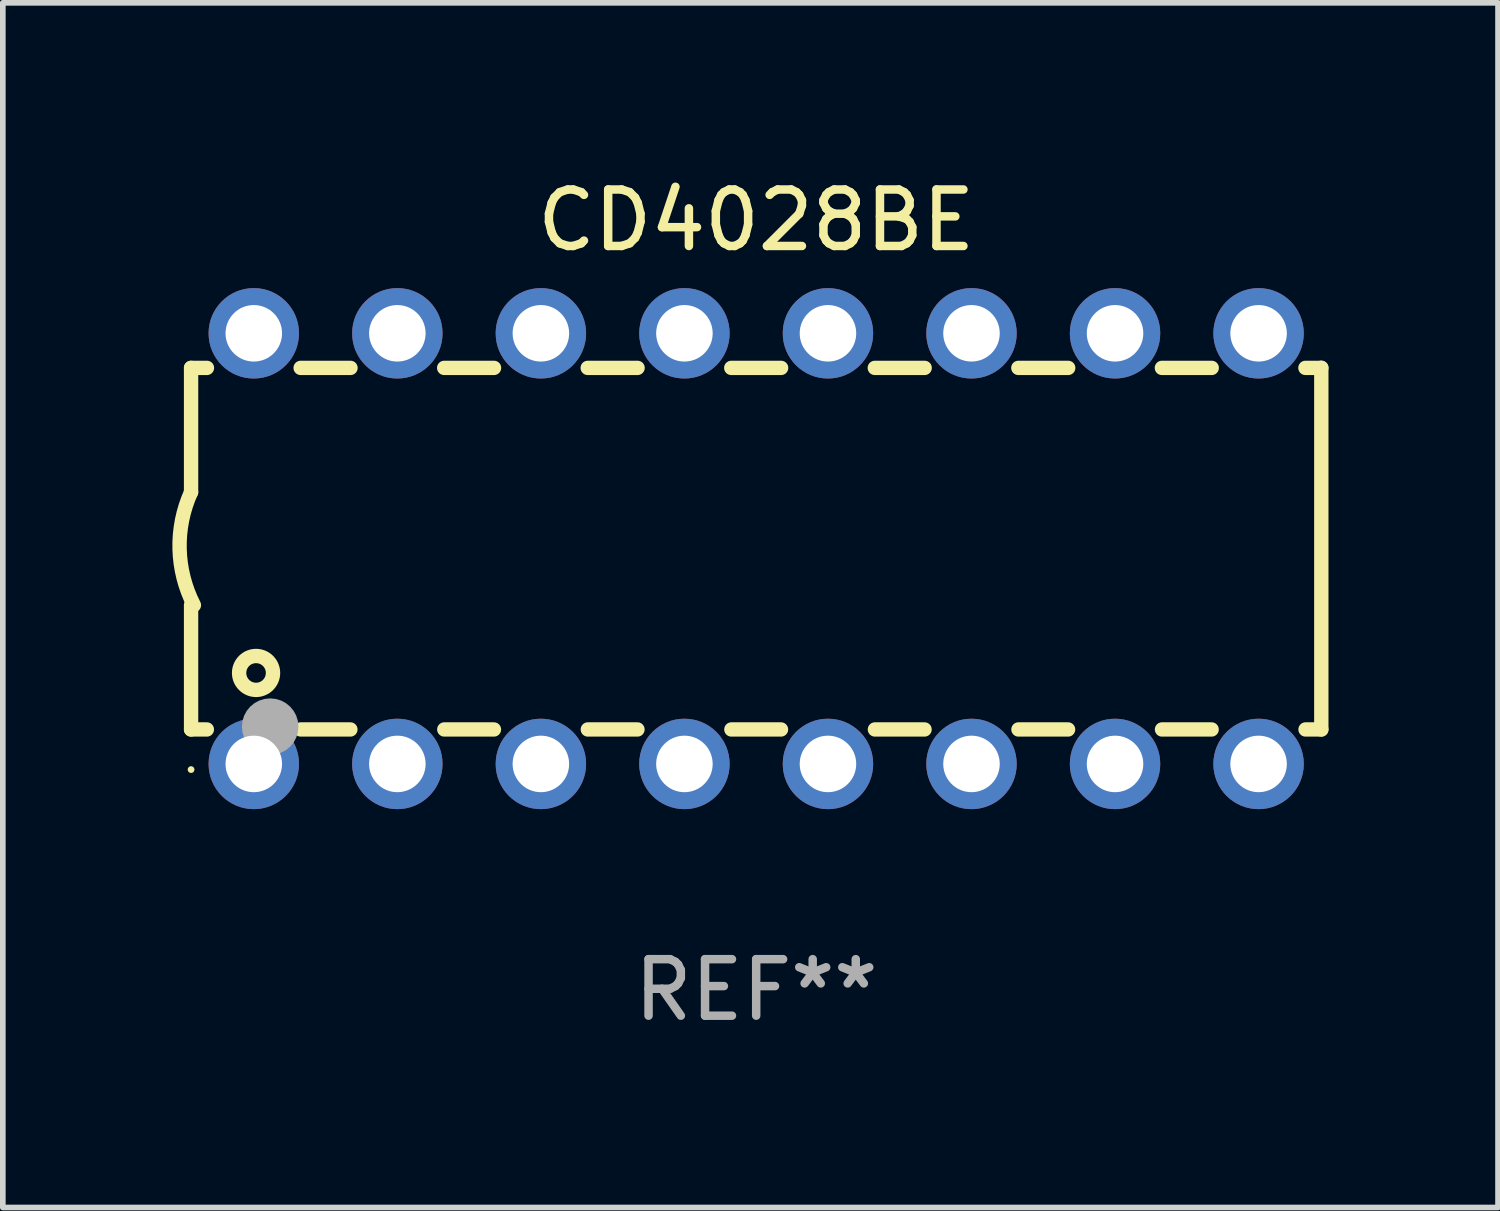
<source format=kicad_pcb>
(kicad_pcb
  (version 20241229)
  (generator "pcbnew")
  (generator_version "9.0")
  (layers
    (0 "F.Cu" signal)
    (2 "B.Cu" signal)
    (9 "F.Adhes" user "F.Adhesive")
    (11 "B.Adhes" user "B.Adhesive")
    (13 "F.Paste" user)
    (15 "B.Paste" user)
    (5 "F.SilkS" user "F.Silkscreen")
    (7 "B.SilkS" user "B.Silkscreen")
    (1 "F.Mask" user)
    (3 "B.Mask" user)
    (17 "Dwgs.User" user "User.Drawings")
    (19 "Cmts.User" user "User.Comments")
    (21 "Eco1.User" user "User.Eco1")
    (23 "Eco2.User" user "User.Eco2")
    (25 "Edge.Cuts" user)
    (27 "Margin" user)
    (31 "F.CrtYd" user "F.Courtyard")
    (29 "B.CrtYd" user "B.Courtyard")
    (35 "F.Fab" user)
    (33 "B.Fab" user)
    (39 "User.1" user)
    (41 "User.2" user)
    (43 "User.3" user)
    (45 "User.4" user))
  (footprint "CD4028BE"
    (layer "F.Cu")
    (at 10.331 6.658)
    (property "Reference" "CD4028BE" (at 0 -5.81 0) (layer "F.SilkS") (effects (font (size 1 1) (thickness 0.15))))
    (attr through_hole)
    (fp_line (start -10 -3.198) (end -9.719 -3.198) (stroke (width 0.254) (type solid)) (layer "F.SilkS"))
    (fp_line (start -10 -0.998) (end -10 -3.198) (stroke (width 0.254) (type solid)) (layer "F.SilkS"))
    (fp_line (start -10 3.2) (end -10 1) (stroke (width 0.254) (type solid)) (layer "F.SilkS"))
    (fp_line (start -10 3.2) (end -9.721 3.2) (stroke (width 0.254) (type solid)) (layer "F.SilkS"))
    (fp_line (start -8.061 -3.198) (end -7.179 -3.198) (stroke (width 0.254) (type solid)) (layer "F.SilkS"))
    (fp_line (start -8.059 3.2) (end -7.181 3.2) (stroke (width 0.254) (type solid)) (layer "F.SilkS"))
    (fp_line (start -5.521 -3.198) (end -4.639 -3.198) (stroke (width 0.254) (type solid)) (layer "F.SilkS"))
    (fp_line (start -5.519 3.2) (end -4.641 3.2) (stroke (width 0.254) (type solid)) (layer "F.SilkS"))
    (fp_line (start -2.981 -3.198) (end -2.099 -3.198) (stroke (width 0.254) (type solid)) (layer "F.SilkS"))
    (fp_line (start -2.979 3.2) (end -2.101 3.2) (stroke (width 0.254) (type solid)) (layer "F.SilkS"))
    (fp_line (start -0.441 -3.198) (end 0.441 -3.198) (stroke (width 0.254) (type solid)) (layer "F.SilkS"))
    (fp_line (start -0.439 3.2) (end 0.439 3.2) (stroke (width 0.254) (type solid)) (layer "F.SilkS"))
    (fp_line (start 2.099 -3.198) (end 2.981 -3.198) (stroke (width 0.254) (type solid)) (layer "F.SilkS"))
    (fp_line (start 2.101 3.2) (end 2.979 3.2) (stroke (width 0.254) (type solid)) (layer "F.SilkS"))
    (fp_line (start 4.639 -3.198) (end 5.521 -3.198) (stroke (width 0.254) (type solid)) (layer "F.SilkS"))
    (fp_line (start 4.641 3.2) (end 5.519 3.2) (stroke (width 0.254) (type solid)) (layer "F.SilkS"))
    (fp_line (start 7.179 -3.198) (end 8.061 -3.198) (stroke (width 0.254) (type solid)) (layer "F.SilkS"))
    (fp_line (start 7.181 3.2) (end 8.059 3.2) (stroke (width 0.254) (type solid)) (layer "F.SilkS"))
    (fp_line (start 9.719 -3.198) (end 10 -3.198) (stroke (width 0.254) (type solid)) (layer "F.SilkS"))
    (fp_line (start 9.721 3.2) (end 10 3.2) (stroke (width 0.254) (type solid)) (layer "F.SilkS"))
    (fp_line (start 10 3.2) (end 10 -3.2) (stroke (width 0.254) (type solid)) (layer "F.SilkS"))
    (fp_arc (start -9.949962 1) (mid -10.203153 0.005709) (end -10 -1) (stroke (width 0.254001) (type solid)) (layer "F.SilkS"))
    (fp_circle (center -10 3.91) (end -9.97 3.91) (stroke (width 0.06) (type solid)) (fill no) (layer "F.SilkS"))
    (fp_circle (center -8.85 2.2) (end -8.55 2.2) (stroke (width 0.254) (type solid)) (fill no) (layer "F.SilkS"))
    (fp_circle (center -8.6 3.15) (end -8.35 3.15) (stroke (width 0.5) (type solid)) (fill no) (layer "F.Fab"))
    (fp_text user "REF**" (at 0 7.81 0) (layer "F.Fab") (effects (font (size 1 1) (thickness 0.15))))
    (pad "1" thru_hole circle (at -8.89 3.81) (size 1.6 1.6) (drill 1) (layers "*.Cu" "*.Mask"))
    (pad "2" thru_hole circle (at -6.35 3.81) (size 1.6 1.6) (drill 1) (layers "*.Cu" "*.Mask"))
    (pad "3" thru_hole circle (at -3.81 3.81) (size 1.6 1.6) (drill 1) (layers "*.Cu" "*.Mask"))
    (pad "4" thru_hole circle (at -1.27 3.81) (size 1.6 1.6) (drill 1) (layers "*.Cu" "*.Mask"))
    (pad "5" thru_hole circle (at 1.27 3.81) (size 1.6 1.6) (drill 1) (layers "*.Cu" "*.Mask"))
    (pad "6" thru_hole circle (at 3.81 3.81) (size 1.6 1.6) (drill 1) (layers "*.Cu" "*.Mask"))
    (pad "7" thru_hole circle (at 6.35 3.81) (size 1.6 1.6) (drill 1) (layers "*.Cu" "*.Mask"))
    (pad "8" thru_hole circle (at 8.89 3.81) (size 1.6 1.6) (drill 1) (layers "*.Cu" "*.Mask"))
    (pad "9" thru_hole circle (at 8.89 -3.81) (size 1.6 1.6) (drill 1) (layers "*.Cu" "*.Mask"))
    (pad "10" thru_hole circle (at 6.35 -3.81) (size 1.6 1.6) (drill 1) (layers "*.Cu" "*.Mask"))
    (pad "11" thru_hole circle (at 3.81 -3.81) (size 1.6 1.6) (drill 1) (layers "*.Cu" "*.Mask"))
    (pad "12" thru_hole circle (at 1.27 -3.81) (size 1.6 1.6) (drill 1) (layers "*.Cu" "*.Mask"))
    (pad "13" thru_hole circle (at -1.27 -3.81) (size 1.6 1.6) (drill 1) (layers "*.Cu" "*.Mask"))
    (pad "14" thru_hole circle (at -3.81 -3.81) (size 1.6 1.6) (drill 1) (layers "*.Cu" "*.Mask"))
    (pad "15" thru_hole circle (at -6.35 -3.81) (size 1.6 1.6) (drill 1) (layers "*.Cu" "*.Mask"))
    (pad "16" thru_hole circle (at -8.89 -3.81) (size 1.6 1.6) (drill 1) (layers "*.Cu" "*.Mask")))
  (gr_rect
    (start -3 -3)
    (end 23.458 18.317)
    (stroke (width 0.1) (type default))
    (fill no)
    (layer "Edge.Cuts")))
</source>
